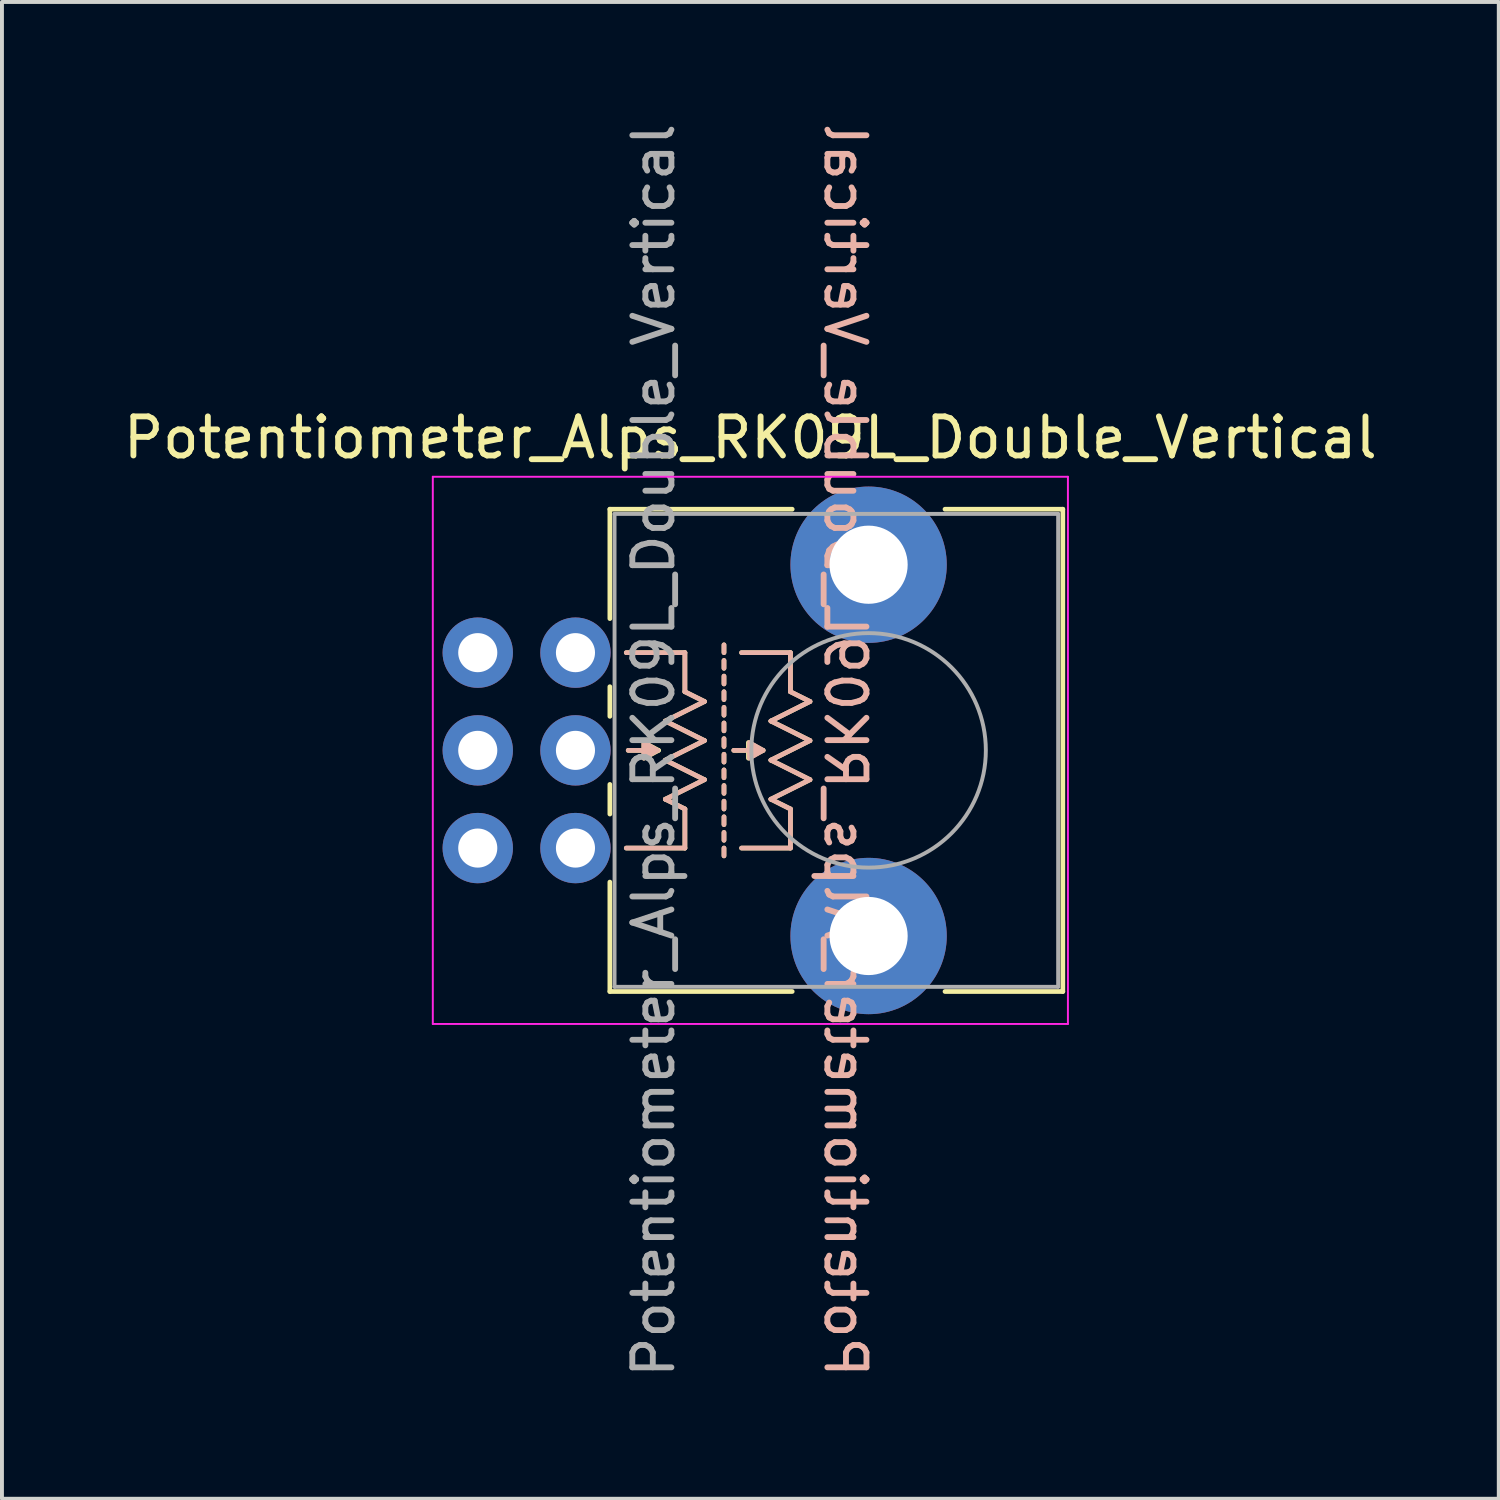
<source format=kicad_pcb>
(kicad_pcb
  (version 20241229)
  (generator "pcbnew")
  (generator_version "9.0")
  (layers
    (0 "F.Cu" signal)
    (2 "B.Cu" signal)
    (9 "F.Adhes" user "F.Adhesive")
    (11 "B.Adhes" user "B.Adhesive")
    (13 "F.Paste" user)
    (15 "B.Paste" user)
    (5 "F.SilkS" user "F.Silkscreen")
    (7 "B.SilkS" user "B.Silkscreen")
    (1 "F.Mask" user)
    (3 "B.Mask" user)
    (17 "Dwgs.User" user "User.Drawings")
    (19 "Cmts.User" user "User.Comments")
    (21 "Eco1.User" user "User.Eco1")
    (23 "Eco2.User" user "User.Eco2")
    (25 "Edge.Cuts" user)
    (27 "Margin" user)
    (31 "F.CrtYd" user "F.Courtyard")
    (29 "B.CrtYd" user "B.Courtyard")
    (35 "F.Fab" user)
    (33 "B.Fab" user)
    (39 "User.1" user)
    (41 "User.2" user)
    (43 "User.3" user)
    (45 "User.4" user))
  (footprint "Potentiometer_Alps_RK09L_Double_Vertical"
    (layer "F.Cu")
    (at 11.674 18.649)
    (property "Reference" "Potentiometer_Alps_RK09L_Double_Vertical" (at 4.475 -10.5 0) (layer "F.SilkS") (effects (font (size 1 1) (thickness 0.15))))
    (attr through_hole)
    (fp_line (start 0.88 -8.67) (end 0.88 -5.871) (stroke (width 0.12) (type solid)) (layer "F.SilkS"))
    (fp_line (start 0.88 -8.67) (end 5.546 -8.67) (stroke (width 0.12) (type solid)) (layer "F.SilkS"))
    (fp_line (start 0.88 -4.129) (end 0.88 -3.37) (stroke (width 0.12) (type solid)) (layer "F.SilkS"))
    (fp_line (start 0.88 -1.629) (end 0.88 -0.87) (stroke (width 0.12) (type solid)) (layer "F.SilkS"))
    (fp_line (start 0.88 0.87) (end 0.88 3.67) (stroke (width 0.12) (type solid)) (layer "F.SilkS"))
    (fp_line (start 0.88 3.67) (end 5.546 3.67) (stroke (width 0.12) (type solid)) (layer "F.SilkS"))
    (fp_line (start 2.125 -2.5) (end 1.35 -2.5) (stroke (width 0.12) (type solid)) (layer "F.SilkS"))
    (fp_line (start 2.3 -3.25) (end 3.3 -3.75) (stroke (width 0.12) (type solid)) (layer "F.SilkS"))
    (fp_line (start 2.3 -2.25) (end 3.3 -2.75) (stroke (width 0.12) (type solid)) (layer "F.SilkS"))
    (fp_line (start 2.3 -1.25) (end 3.3 -1.75) (stroke (width 0.12) (type solid)) (layer "F.SilkS"))
    (fp_line (start 2.8 -5) (end 1.3 -5) (stroke (width 0.12) (type solid)) (layer "F.SilkS"))
    (fp_line (start 2.8 -4) (end 2.8 -5) (stroke (width 0.12) (type solid)) (layer "F.SilkS"))
    (fp_line (start 2.8 -1) (end 2.3 -1.25) (stroke (width 0.12) (type solid)) (layer "F.SilkS"))
    (fp_line (start 2.8 -1) (end 2.8 0) (stroke (width 0.12) (type solid)) (layer "F.SilkS"))
    (fp_line (start 2.8 0) (end 1.3 0) (stroke (width 0.12) (type solid)) (layer "F.SilkS"))
    (fp_line (start 3.3 -3.75) (end 2.8 -4) (stroke (width 0.12) (type solid)) (layer "F.SilkS"))
    (fp_line (start 3.3 -2.75) (end 2.3 -3.25) (stroke (width 0.12) (type solid)) (layer "F.SilkS"))
    (fp_line (start 3.3 -1.75) (end 2.3 -2.25) (stroke (width 0.12) (type solid)) (layer "F.SilkS"))
    (fp_line (start 3.8 -5.2) (end 3.8 -5) (stroke (width 0.12) (type solid)) (layer "F.SilkS"))
    (fp_line (start 3.8 -4.8) (end 3.8 -4.6) (stroke (width 0.12) (type solid)) (layer "F.SilkS"))
    (fp_line (start 3.8 -4.4) (end 3.8 -4.2) (stroke (width 0.12) (type solid)) (layer "F.SilkS"))
    (fp_line (start 3.8 -4) (end 3.8 -3.8) (stroke (width 0.12) (type solid)) (layer "F.SilkS"))
    (fp_line (start 3.8 -3.6) (end 3.8 -3.4) (stroke (width 0.12) (type solid)) (layer "F.SilkS"))
    (fp_line (start 3.8 -3) (end 3.8 -3.2) (stroke (width 0.12) (type solid)) (layer "F.SilkS"))
    (fp_line (start 3.8 -2.8) (end 3.8 -2.6) (stroke (width 0.12) (type solid)) (layer "F.SilkS"))
    (fp_line (start 3.8 -2.4) (end 3.8 -2.2) (stroke (width 0.12) (type solid)) (layer "F.SilkS"))
    (fp_line (start 3.8 -2) (end 3.8 -1.8) (stroke (width 0.12) (type solid)) (layer "F.SilkS"))
    (fp_line (start 3.8 -1.6) (end 3.8 -1.4) (stroke (width 0.12) (type solid)) (layer "F.SilkS"))
    (fp_line (start 3.8 -1.2) (end 3.8 -1) (stroke (width 0.12) (type solid)) (layer "F.SilkS"))
    (fp_line (start 3.8 -0.8) (end 3.8 -0.6) (stroke (width 0.12) (type solid)) (layer "F.SilkS"))
    (fp_line (start 3.8 -0.4) (end 3.8 -0.2) (stroke (width 0.12) (type solid)) (layer "F.SilkS"))
    (fp_line (start 3.8 0) (end 3.8 0.2) (stroke (width 0.12) (type solid)) (layer "F.SilkS"))
    (fp_line (start 4.8 -2.5) (end 4.05 -2.5) (stroke (width 0.12) (type solid)) (layer "F.SilkS"))
    (fp_line (start 5 -3.25) (end 6 -3.75) (stroke (width 0.12) (type solid)) (layer "F.SilkS"))
    (fp_line (start 5 -2.25) (end 6 -2.75) (stroke (width 0.12) (type solid)) (layer "F.SilkS"))
    (fp_line (start 5 -1.25) (end 6 -1.75) (stroke (width 0.12) (type solid)) (layer "F.SilkS"))
    (fp_line (start 5.5 -5) (end 4.25 -5) (stroke (width 0.12) (type solid)) (layer "F.SilkS"))
    (fp_line (start 5.5 -4) (end 5.5 -5) (stroke (width 0.12) (type solid)) (layer "F.SilkS"))
    (fp_line (start 5.5 -1) (end 5 -1.25) (stroke (width 0.12) (type solid)) (layer "F.SilkS"))
    (fp_line (start 5.5 -1) (end 5.5 0) (stroke (width 0.12) (type solid)) (layer "F.SilkS"))
    (fp_line (start 5.5 0) (end 4.25 0) (stroke (width 0.12) (type solid)) (layer "F.SilkS"))
    (fp_line (start 6 -3.75) (end 5.5 -4) (stroke (width 0.12) (type solid)) (layer "F.SilkS"))
    (fp_line (start 6 -2.75) (end 5 -3.25) (stroke (width 0.12) (type solid)) (layer "F.SilkS"))
    (fp_line (start 6 -1.75) (end 5 -2.25) (stroke (width 0.12) (type solid)) (layer "F.SilkS"))
    (fp_line (start 9.455 -8.67) (end 12.47 -8.67) (stroke (width 0.12) (type solid)) (layer "F.SilkS"))
    (fp_line (start 9.455 3.67) (end 12.47 3.67) (stroke (width 0.12) (type solid)) (layer "F.SilkS"))
    (fp_line (start 12.47 -8.67) (end 12.47 3.67) (stroke (width 0.12) (type solid)) (layer "F.SilkS"))
    (fp_poly (pts (xy 2.125 -2.5) (xy 1.75 -2.3) (xy 1.75 -2.7)) (stroke (width 0.12) (type solid)) (fill yes) (layer "F.SilkS"))
    (fp_poly (pts (xy 4.8 -2.5) (xy 4.425 -2.3) (xy 4.425 -2.7)) (stroke (width 0.12) (type solid)) (fill yes) (layer "F.SilkS"))
    (fp_line (start 1.3 -5) (end 2.8 -5) (stroke (width 0.12) (type solid)) (layer "B.SilkS"))
    (fp_line (start 1.35 -2.5) (end 2.1 -2.5) (stroke (width 0.12) (type solid)) (layer "B.SilkS"))
    (fp_line (start 2.3 -3.25) (end 3.3 -2.75) (stroke (width 0.12) (type solid)) (layer "B.SilkS"))
    (fp_line (start 2.3 -2.25) (end 3.3 -1.75) (stroke (width 0.12) (type solid)) (layer "B.SilkS"))
    (fp_line (start 2.3 -1.25) (end 2.8 -1) (stroke (width 0.12) (type solid)) (layer "B.SilkS"))
    (fp_line (start 2.8 -5) (end 2.8 -4) (stroke (width 0.12) (type solid)) (layer "B.SilkS"))
    (fp_line (start 2.8 -4) (end 3.3 -3.75) (stroke (width 0.12) (type solid)) (layer "B.SilkS"))
    (fp_line (start 2.8 -1) (end 2.8 0) (stroke (width 0.12) (type solid)) (layer "B.SilkS"))
    (fp_line (start 2.8 0) (end 1.3 0) (stroke (width 0.12) (type solid)) (layer "B.SilkS"))
    (fp_line (start 3.3 -3.75) (end 2.3 -3.25) (stroke (width 0.12) (type solid)) (layer "B.SilkS"))
    (fp_line (start 3.3 -2.75) (end 2.3 -2.25) (stroke (width 0.12) (type solid)) (layer "B.SilkS"))
    (fp_line (start 3.3 -1.75) (end 2.3 -1.25) (stroke (width 0.12) (type solid)) (layer "B.SilkS"))
    (fp_line (start 3.8 -5.2) (end 3.8 -5) (stroke (width 0.12) (type solid)) (layer "B.SilkS"))
    (fp_line (start 3.8 -4.8) (end 3.8 -4.6) (stroke (width 0.12) (type solid)) (layer "B.SilkS"))
    (fp_line (start 3.8 -4.4) (end 3.8 -4.2) (stroke (width 0.12) (type solid)) (layer "B.SilkS"))
    (fp_line (start 3.8 -4) (end 3.8 -3.8) (stroke (width 0.12) (type solid)) (layer "B.SilkS"))
    (fp_line (start 3.8 -3.6) (end 3.8 -3.4) (stroke (width 0.12) (type solid)) (layer "B.SilkS"))
    (fp_line (start 3.8 -3.2) (end 3.8 -3) (stroke (width 0.12) (type solid)) (layer "B.SilkS"))
    (fp_line (start 3.8 -2.8) (end 3.8 -2.6) (stroke (width 0.12) (type solid)) (layer "B.SilkS"))
    (fp_line (start 3.8 -2.4) (end 3.8 -2.2) (stroke (width 0.12) (type solid)) (layer "B.SilkS"))
    (fp_line (start 3.8 -2) (end 3.8 -1.8) (stroke (width 0.12) (type solid)) (layer "B.SilkS"))
    (fp_line (start 3.8 -1.6) (end 3.8 -1.4) (stroke (width 0.12) (type solid)) (layer "B.SilkS"))
    (fp_line (start 3.8 -1.2) (end 3.8 -1) (stroke (width 0.12) (type solid)) (layer "B.SilkS"))
    (fp_line (start 3.8 -0.8) (end 3.8 -0.6) (stroke (width 0.12) (type solid)) (layer "B.SilkS"))
    (fp_line (start 3.8 -0.4) (end 3.8 -0.2) (stroke (width 0.12) (type solid)) (layer "B.SilkS"))
    (fp_line (start 3.8 0) (end 3.8 0.2) (stroke (width 0.12) (type solid)) (layer "B.SilkS"))
    (fp_line (start 4.05 -2.5) (end 4.8 -2.5) (stroke (width 0.12) (type solid)) (layer "B.SilkS"))
    (fp_line (start 4.25 -5) (end 5.5 -5) (stroke (width 0.12) (type solid)) (layer "B.SilkS"))
    (fp_line (start 5 -3.25) (end 6 -2.75) (stroke (width 0.12) (type solid)) (layer "B.SilkS"))
    (fp_line (start 5 -2.25) (end 6 -1.75) (stroke (width 0.12) (type solid)) (layer "B.SilkS"))
    (fp_line (start 5 -1.25) (end 5.5 -1) (stroke (width 0.12) (type solid)) (layer "B.SilkS"))
    (fp_line (start 5.5 -5) (end 5.5 -4) (stroke (width 0.12) (type solid)) (layer "B.SilkS"))
    (fp_line (start 5.5 -4) (end 6 -3.75) (stroke (width 0.12) (type solid)) (layer "B.SilkS"))
    (fp_line (start 5.5 -1) (end 5.5 0) (stroke (width 0.12) (type solid)) (layer "B.SilkS"))
    (fp_line (start 5.5 0) (end 4.25 0) (stroke (width 0.12) (type solid)) (layer "B.SilkS"))
    (fp_line (start 6 -3.75) (end 5 -3.25) (stroke (width 0.12) (type solid)) (layer "B.SilkS"))
    (fp_line (start 6 -2.75) (end 5 -2.25) (stroke (width 0.12) (type solid)) (layer "B.SilkS"))
    (fp_line (start 6 -1.75) (end 5 -1.25) (stroke (width 0.12) (type solid)) (layer "B.SilkS"))
    (fp_poly (pts (xy 2.1 -2.5) (xy 1.75 -2.3) (xy 1.75 -2.7)) (stroke (width 0.12) (type solid)) (fill yes) (layer "B.SilkS"))
    (fp_poly (pts (xy 4.8 -2.5) (xy 4.45 -2.3) (xy 4.45 -2.7)) (stroke (width 0.12) (type solid)) (fill yes) (layer "B.SilkS"))
    (fp_line (start -3.65 -9.5) (end -3.65 4.5) (stroke (width 0.05) (type solid)) (layer "F.CrtYd"))
    (fp_line (start -3.65 4.5) (end 12.6 4.5) (stroke (width 0.05) (type solid)) (layer "F.CrtYd"))
    (fp_line (start 12.6 -9.5) (end -3.65 -9.5) (stroke (width 0.05) (type solid)) (layer "F.CrtYd"))
    (fp_line (start 12.6 4.5) (end 12.6 -9.5) (stroke (width 0.05) (type solid)) (layer "F.CrtYd"))
    (fp_line (start 1 -8.55) (end 1 3.55) (stroke (width 0.1) (type solid)) (layer "F.Fab"))
    (fp_line (start 1 3.55) (end 12.35 3.55) (stroke (width 0.1) (type solid)) (layer "F.Fab"))
    (fp_line (start 12.35 -8.55) (end 1 -8.55) (stroke (width 0.1) (type solid)) (layer "F.Fab"))
    (fp_line (start 12.35 3.55) (end 12.35 -8.55) (stroke (width 0.1) (type solid)) (layer "F.Fab"))
    (fp_circle (center 7.5 -2.5) (end 10.5 -2.5) (stroke (width 0.1) (type solid)) (fill no) (layer "F.Fab"))
    (fp_text user "${REFERENCE}" (at 6.9 -2.5 270) (unlocked yes) (layer "B.SilkS") (effects (font (size 1 1) (thickness 0.15)) (justify mirror)))
    (fp_text user "${REFERENCE}" (at 2 -2.5 90) (layer "F.Fab") (effects (font (size 1 1) (thickness 0.15))))
    (pad "" np_thru_hole circle (at 7.5 -7.25) (size 4 4) (drill 2) (layers "*.Cu" "*.Mask"))
    (pad "" np_thru_hole circle (at 7.5 2.25) (size 4 4) (drill 2) (layers "*.Cu" "*.Mask"))
    (pad "1" thru_hole circle (at 0 0) (size 1.8 1.8) (drill 1) (layers "*.Cu" "*.Mask"))
    (pad "2" thru_hole circle (at 0 -2.5) (size 1.8 1.8) (drill 1) (layers "*.Cu" "*.Mask"))
    (pad "3" thru_hole circle (at 0 -5) (size 1.8 1.8) (drill 1) (layers "*.Cu" "*.Mask"))
    (pad "4" thru_hole circle (at -2.5 0) (size 1.8 1.8) (drill 1) (layers "*.Cu" "*.Mask"))
    (pad "5" thru_hole circle (at -2.5 -2.5) (size 1.8 1.8) (drill 1) (layers "*.Cu" "*.Mask"))
    (pad "6" thru_hole circle (at -2.5 -5) (size 1.8 1.8) (drill 1) (layers "*.Cu" "*.Mask")))
  (gr_rect
    (start -3 -3)
    (end 35.298 35.298)
    (stroke (width 0.1) (type default))
    (fill no)
    (layer "Edge.Cuts")))
</source>
